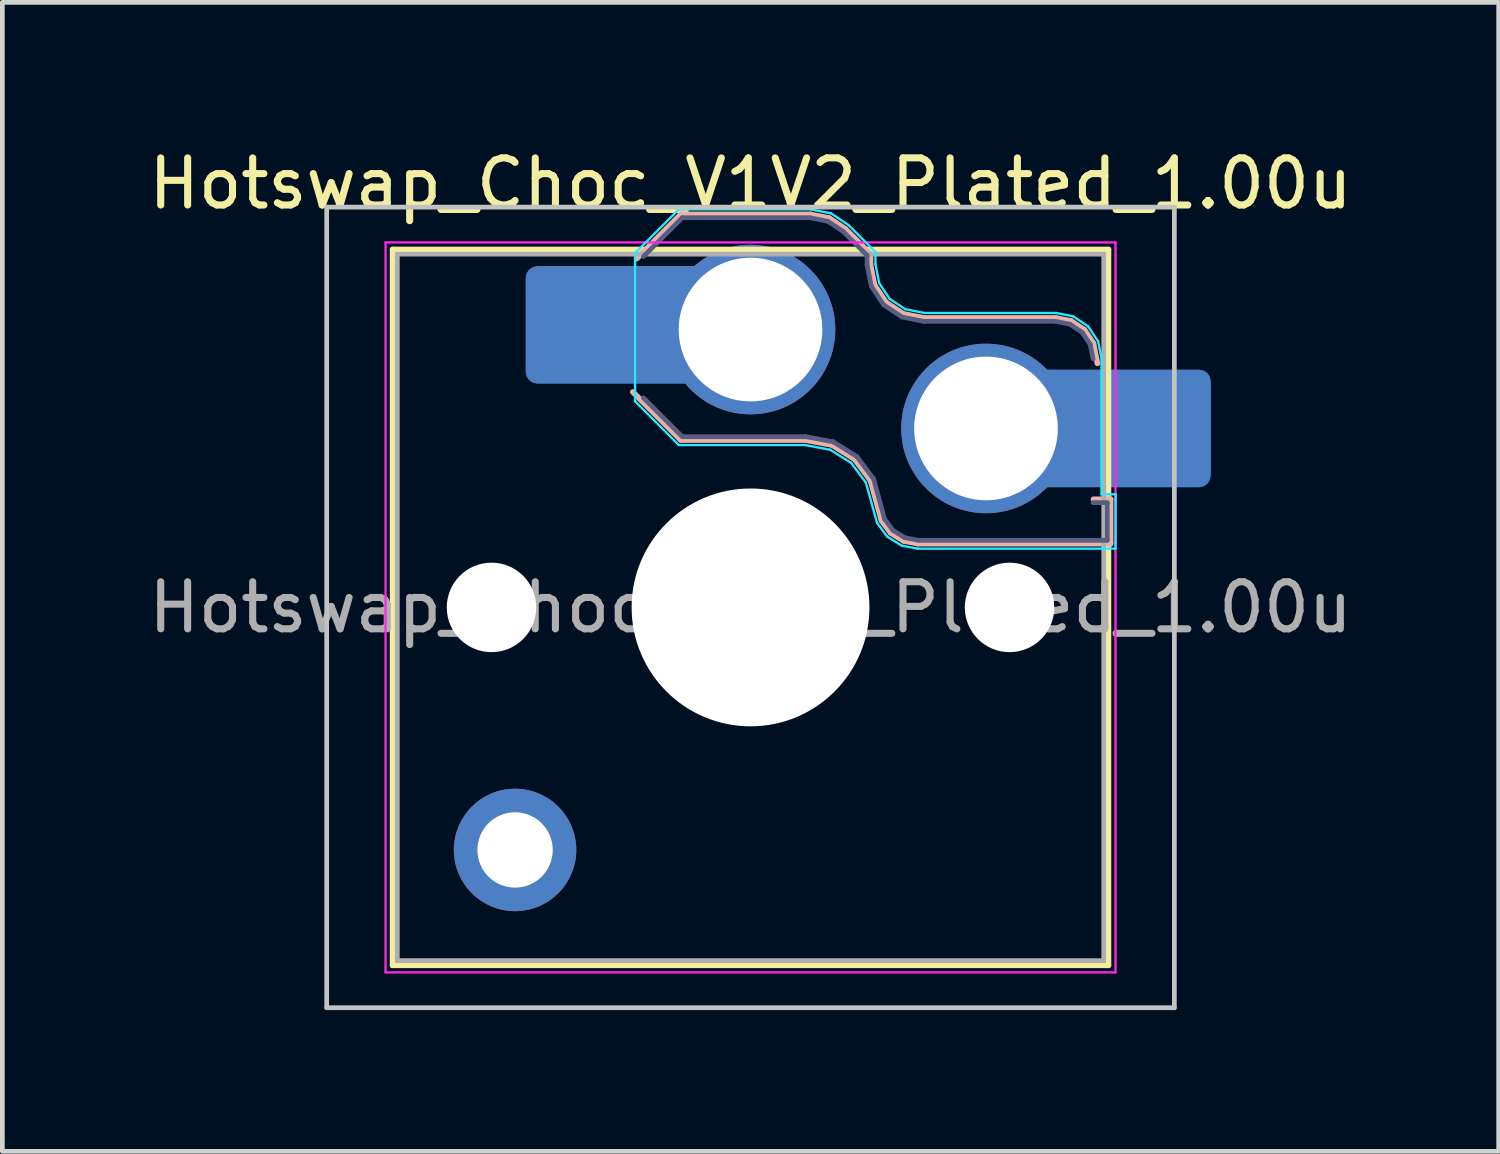
<source format=kicad_pcb>
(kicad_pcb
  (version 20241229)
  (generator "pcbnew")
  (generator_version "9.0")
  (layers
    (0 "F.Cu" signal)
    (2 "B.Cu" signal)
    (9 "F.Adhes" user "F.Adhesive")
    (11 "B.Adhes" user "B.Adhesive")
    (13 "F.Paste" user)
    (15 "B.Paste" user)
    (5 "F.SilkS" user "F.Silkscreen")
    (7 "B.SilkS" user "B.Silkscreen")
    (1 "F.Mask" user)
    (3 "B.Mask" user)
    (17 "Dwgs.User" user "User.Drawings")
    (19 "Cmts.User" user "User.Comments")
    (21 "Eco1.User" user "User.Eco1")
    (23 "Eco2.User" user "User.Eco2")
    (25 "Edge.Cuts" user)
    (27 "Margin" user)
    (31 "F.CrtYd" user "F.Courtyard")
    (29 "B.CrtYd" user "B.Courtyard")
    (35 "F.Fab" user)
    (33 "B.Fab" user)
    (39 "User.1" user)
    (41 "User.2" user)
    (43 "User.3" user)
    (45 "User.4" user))
  (footprint "Hotswap_Choc_V1V2_Plated_1.00u"
    (layer "F.Cu")
    (at 12.887 9.848)
    (property "Reference" "Hotswap_Choc_V1V2_Plated_1.00u" (at 0 -9 0) (layer "F.SilkS") (effects (font (size 1 1) (thickness 0.15))))
    (attr smd)
    (fp_line (start -7.6 -7.6) (end -7.6 7.6) (stroke (width 0.12) (type solid)) (layer "F.SilkS"))
    (fp_line (start -7.6 7.6) (end 7.6 7.6) (stroke (width 0.12) (type solid)) (layer "F.SilkS"))
    (fp_line (start 7.6 -7.6) (end -7.6 -7.6) (stroke (width 0.12) (type solid)) (layer "F.SilkS"))
    (fp_line (start 7.6 7.6) (end 7.6 -7.6) (stroke (width 0.12) (type solid)) (layer "F.SilkS"))
    (fp_line (start -2.416 -7.409) (end -1.479 -8.346) (stroke (width 0.12) (type solid)) (layer "B.SilkS"))
    (fp_line (start -1.479 -8.346) (end 1.268 -8.346) (stroke (width 0.12) (type solid)) (layer "B.SilkS"))
    (fp_line (start -1.479 -3.554) (end -2.5 -4.575) (stroke (width 0.12) (type solid)) (layer "B.SilkS"))
    (fp_line (start 1.168 -3.554) (end -1.479 -3.554) (stroke (width 0.12) (type solid)) (layer "B.SilkS"))
    (fp_line (start 1.268 -8.346) (end 1.671 -8.266) (stroke (width 0.12) (type solid)) (layer "B.SilkS"))
    (fp_line (start 1.671 -8.266) (end 2.013 -8.037) (stroke (width 0.12) (type solid)) (layer "B.SilkS"))
    (fp_line (start 1.73 -3.449) (end 1.168 -3.554) (stroke (width 0.12) (type solid)) (layer "B.SilkS"))
    (fp_line (start 2.013 -8.037) (end 2.546 -7.504) (stroke (width 0.12) (type solid)) (layer "B.SilkS"))
    (fp_line (start 2.209 -3.15) (end 1.73 -3.449) (stroke (width 0.12) (type solid)) (layer "B.SilkS"))
    (fp_line (start 2.546 -7.504) (end 2.546 -7.282) (stroke (width 0.12) (type solid)) (layer "B.SilkS"))
    (fp_line (start 2.546 -7.282) (end 2.633 -6.844) (stroke (width 0.12) (type solid)) (layer "B.SilkS"))
    (fp_line (start 2.547 -2.697) (end 2.209 -3.15) (stroke (width 0.12) (type solid)) (layer "B.SilkS"))
    (fp_line (start 2.633 -6.844) (end 2.877 -6.477) (stroke (width 0.12) (type solid)) (layer "B.SilkS"))
    (fp_line (start 2.701 -2.139) (end 2.547 -2.697) (stroke (width 0.12) (type solid)) (layer "B.SilkS"))
    (fp_line (start 2.783 -1.841) (end 2.701 -2.139) (stroke (width 0.12) (type solid)) (layer "B.SilkS"))
    (fp_line (start 2.877 -6.477) (end 3.244 -6.233) (stroke (width 0.12) (type solid)) (layer "B.SilkS"))
    (fp_line (start 2.976 -1.583) (end 2.783 -1.841) (stroke (width 0.12) (type solid)) (layer "B.SilkS"))
    (fp_line (start 3.244 -6.233) (end 3.682 -6.146) (stroke (width 0.12) (type solid)) (layer "B.SilkS"))
    (fp_line (start 3.25 -1.413) (end 2.976 -1.583) (stroke (width 0.12) (type solid)) (layer "B.SilkS"))
    (fp_line (start 3.56 -1.354) (end 3.25 -1.413) (stroke (width 0.12) (type solid)) (layer "B.SilkS"))
    (fp_line (start 3.682 -6.146) (end 6.482 -6.146) (stroke (width 0.12) (type solid)) (layer "B.SilkS"))
    (fp_line (start 6.482 -6.146) (end 6.809 -6.081) (stroke (width 0.12) (type solid)) (layer "B.SilkS"))
    (fp_line (start 6.809 -6.081) (end 7.092 -5.892) (stroke (width 0.12) (type solid)) (layer "B.SilkS"))
    (fp_line (start 7.092 -5.892) (end 7.281 -5.609) (stroke (width 0.12) (type solid)) (layer "B.SilkS"))
    (fp_line (start 7.281 -5.609) (end 7.366 -5.182) (stroke (width 0.12) (type solid)) (layer "B.SilkS"))
    (fp_line (start 7.283 -2.296) (end 7.646 -2.296) (stroke (width 0.12) (type solid)) (layer "B.SilkS"))
    (fp_line (start 7.646 -2.296) (end 7.646 -1.354) (stroke (width 0.12) (type solid)) (layer "B.SilkS"))
    (fp_line (start 7.646 -1.354) (end 3.56 -1.354) (stroke (width 0.12) (type solid)) (layer "B.SilkS"))
    (fp_line (start -9 -8.5) (end -9 8.5) (stroke (width 0.1) (type solid)) (layer "Dwgs.User"))
    (fp_line (start -9 8.5) (end 9 8.5) (stroke (width 0.1) (type solid)) (layer "Dwgs.User"))
    (fp_line (start 9 -8.5) (end -9 -8.5) (stroke (width 0.1) (type solid)) (layer "Dwgs.User"))
    (fp_line (start 9 8.5) (end 9 -8.5) (stroke (width 0.1) (type solid)) (layer "Dwgs.User"))
    (fp_line (start -7.25 -7.25) (end -7.25 7.25) (stroke (width 0.1) (type solid)) (layer "Eco1.User"))
    (fp_line (start -7.25 7.25) (end 7.25 7.25) (stroke (width 0.1) (type solid)) (layer "Eco1.User"))
    (fp_line (start 7.25 -7.25) (end -7.25 -7.25) (stroke (width 0.1) (type solid)) (layer "Eco1.User"))
    (fp_line (start 7.25 7.25) (end 7.25 -7.25) (stroke (width 0.1) (type solid)) (layer "Eco1.User"))
    (fp_line (start -2.452 -7.523) (end -1.523 -8.452) (stroke (width 0.05) (type solid)) (layer "B.CrtYd"))
    (fp_line (start -2.452 -4.377) (end -2.452 -7.523) (stroke (width 0.05) (type solid)) (layer "B.CrtYd"))
    (fp_line (start -1.523 -8.452) (end 1.278 -8.452) (stroke (width 0.05) (type solid)) (layer "B.CrtYd"))
    (fp_line (start -1.523 -3.448) (end -2.452 -4.377) (stroke (width 0.05) (type solid)) (layer "B.CrtYd"))
    (fp_line (start 1.159 -3.448) (end -1.523 -3.448) (stroke (width 0.05) (type solid)) (layer "B.CrtYd"))
    (fp_line (start 1.278 -8.452) (end 1.712 -8.366) (stroke (width 0.05) (type solid)) (layer "B.CrtYd"))
    (fp_line (start 1.691 -3.348) (end 1.159 -3.448) (stroke (width 0.05) (type solid)) (layer "B.CrtYd"))
    (fp_line (start 1.712 -8.366) (end 2.081 -8.119) (stroke (width 0.05) (type solid)) (layer "B.CrtYd"))
    (fp_line (start 2.081 -8.119) (end 2.652 -7.548) (stroke (width 0.05) (type solid)) (layer "B.CrtYd"))
    (fp_line (start 2.136 -3.071) (end 1.691 -3.348) (stroke (width 0.05) (type solid)) (layer "B.CrtYd"))
    (fp_line (start 2.45 -2.65) (end 2.136 -3.071) (stroke (width 0.05) (type solid)) (layer "B.CrtYd"))
    (fp_line (start 2.599 -2.111) (end 2.45 -2.65) (stroke (width 0.05) (type solid)) (layer "B.CrtYd"))
    (fp_line (start 2.652 -7.548) (end 2.652 -7.292) (stroke (width 0.05) (type solid)) (layer "B.CrtYd"))
    (fp_line (start 2.652 -7.292) (end 2.733 -6.885) (stroke (width 0.05) (type solid)) (layer "B.CrtYd"))
    (fp_line (start 2.687 -1.794) (end 2.599 -2.111) (stroke (width 0.05) (type solid)) (layer "B.CrtYd"))
    (fp_line (start 2.733 -6.885) (end 2.953 -6.553) (stroke (width 0.05) (type solid)) (layer "B.CrtYd"))
    (fp_line (start 2.903 -1.503) (end 2.687 -1.794) (stroke (width 0.05) (type solid)) (layer "B.CrtYd"))
    (fp_line (start 2.953 -6.553) (end 3.285 -6.333) (stroke (width 0.05) (type solid)) (layer "B.CrtYd"))
    (fp_line (start 3.211 -1.312) (end 2.903 -1.503) (stroke (width 0.05) (type solid)) (layer "B.CrtYd"))
    (fp_line (start 3.285 -6.333) (end 3.692 -6.252) (stroke (width 0.05) (type solid)) (layer "B.CrtYd"))
    (fp_line (start 3.55 -1.248) (end 3.211 -1.312) (stroke (width 0.05) (type solid)) (layer "B.CrtYd"))
    (fp_line (start 3.692 -6.252) (end 6.492 -6.252) (stroke (width 0.05) (type solid)) (layer "B.CrtYd"))
    (fp_line (start 6.492 -6.252) (end 6.85 -6.181) (stroke (width 0.05) (type solid)) (layer "B.CrtYd"))
    (fp_line (start 6.85 -6.181) (end 7.168 -5.968) (stroke (width 0.05) (type solid)) (layer "B.CrtYd"))
    (fp_line (start 7.168 -5.968) (end 7.381 -5.65) (stroke (width 0.05) (type solid)) (layer "B.CrtYd"))
    (fp_line (start 7.381 -5.65) (end 7.452 -5.292) (stroke (width 0.05) (type solid)) (layer "B.CrtYd"))
    (fp_line (start 7.452 -5.292) (end 7.452 -2.402) (stroke (width 0.05) (type solid)) (layer "B.CrtYd"))
    (fp_line (start 7.452 -2.402) (end 7.752 -2.402) (stroke (width 0.05) (type solid)) (layer "B.CrtYd"))
    (fp_line (start 7.752 -2.402) (end 7.752 -1.248) (stroke (width 0.05) (type solid)) (layer "B.CrtYd"))
    (fp_line (start 7.752 -1.248) (end 3.55 -1.248) (stroke (width 0.05) (type solid)) (layer "B.CrtYd"))
    (fp_line (start -7.75 -7.75) (end -7.75 7.75) (stroke (width 0.05) (type solid)) (layer "F.CrtYd"))
    (fp_line (start -7.75 7.75) (end 7.75 7.75) (stroke (width 0.05) (type solid)) (layer "F.CrtYd"))
    (fp_line (start 7.75 -7.75) (end -7.75 -7.75) (stroke (width 0.05) (type solid)) (layer "F.CrtYd"))
    (fp_line (start 7.75 7.75) (end 7.75 -7.75) (stroke (width 0.05) (type solid)) (layer "F.CrtYd"))
    (fp_line (start -2.275 -7.45) (end -1.45 -8.275) (stroke (width 0.1) (type solid)) (layer "B.Fab"))
    (fp_line (start -1.45 -8.275) (end 1.261 -8.275) (stroke (width 0.1) (type solid)) (layer "B.Fab"))
    (fp_line (start -1.45 -3.625) (end -2.275 -4.45) (stroke (width 0.1) (type solid)) (layer "B.Fab"))
    (fp_line (start 1.175 -3.625) (end -1.45 -3.625) (stroke (width 0.1) (type solid)) (layer "B.Fab"))
    (fp_line (start 1.261 -8.275) (end 1.643 -8.199) (stroke (width 0.1) (type solid)) (layer "B.Fab"))
    (fp_line (start 1.643 -8.199) (end 1.968 -7.982) (stroke (width 0.1) (type solid)) (layer "B.Fab"))
    (fp_line (start 1.756 -3.516) (end 1.175 -3.625) (stroke (width 0.1) (type solid)) (layer "B.Fab"))
    (fp_line (start 1.968 -7.982) (end 2.475 -7.475) (stroke (width 0.1) (type solid)) (layer "B.Fab"))
    (fp_line (start 2.258 -3.203) (end 1.756 -3.516) (stroke (width 0.1) (type solid)) (layer "B.Fab"))
    (fp_line (start 2.475 -7.475) (end 2.475 -7.275) (stroke (width 0.1) (type solid)) (layer "B.Fab"))
    (fp_line (start 2.475 -7.275) (end 2.566 -6.816) (stroke (width 0.1) (type solid)) (layer "B.Fab"))
    (fp_line (start 2.566 -6.816) (end 2.826 -6.426) (stroke (width 0.1) (type solid)) (layer "B.Fab"))
    (fp_line (start 2.612 -2.729) (end 2.258 -3.203) (stroke (width 0.1) (type solid)) (layer "B.Fab"))
    (fp_line (start 2.769 -2.158) (end 2.612 -2.729) (stroke (width 0.1) (type solid)) (layer "B.Fab"))
    (fp_line (start 2.826 -6.426) (end 3.216 -6.166) (stroke (width 0.1) (type solid)) (layer "B.Fab"))
    (fp_line (start 2.848 -1.873) (end 2.769 -2.158) (stroke (width 0.1) (type solid)) (layer "B.Fab"))
    (fp_line (start 3.025 -1.636) (end 2.848 -1.873) (stroke (width 0.1) (type solid)) (layer "B.Fab"))
    (fp_line (start 3.216 -6.166) (end 3.675 -6.075) (stroke (width 0.1) (type solid)) (layer "B.Fab"))
    (fp_line (start 3.276 -1.48) (end 3.025 -1.636) (stroke (width 0.1) (type solid)) (layer "B.Fab"))
    (fp_line (start 3.567 -1.425) (end 3.276 -1.48) (stroke (width 0.1) (type solid)) (layer "B.Fab"))
    (fp_line (start 3.675 -6.075) (end 6.475 -6.075) (stroke (width 0.1) (type solid)) (layer "B.Fab"))
    (fp_line (start 6.475 -6.075) (end 6.781 -6.014) (stroke (width 0.1) (type solid)) (layer "B.Fab"))
    (fp_line (start 6.781 -6.014) (end 7.041 -5.841) (stroke (width 0.1) (type solid)) (layer "B.Fab"))
    (fp_line (start 7.041 -5.841) (end 7.214 -5.581) (stroke (width 0.1) (type solid)) (layer "B.Fab"))
    (fp_line (start 7.214 -5.581) (end 7.275 -5.275) (stroke (width 0.1) (type solid)) (layer "B.Fab"))
    (fp_line (start 7.275 -2.225) (end 7.575 -2.225) (stroke (width 0.1) (type solid)) (layer "B.Fab"))
    (fp_line (start 7.575 -2.225) (end 7.575 -1.425) (stroke (width 0.1) (type solid)) (layer "B.Fab"))
    (fp_line (start 7.575 -1.425) (end 3.567 -1.425) (stroke (width 0.1) (type solid)) (layer "B.Fab"))
    (fp_line (start -7.5 -7.5) (end -7.5 7.5) (stroke (width 0.1) (type solid)) (layer "F.Fab"))
    (fp_line (start -7.5 7.5) (end 7.5 7.5) (stroke (width 0.1) (type solid)) (layer "F.Fab"))
    (fp_line (start 7.5 -7.5) (end -7.5 -7.5) (stroke (width 0.1) (type solid)) (layer "F.Fab"))
    (fp_line (start 7.5 7.5) (end 7.5 -7.5) (stroke (width 0.1) (type solid)) (layer "F.Fab"))
    (fp_text user "${REFERENCE}" (at 0 0 0) (layer "F.Fab") (effects (font (size 1 1) (thickness 0.15))))
    (pad "" np_thru_hole circle (at -5.5 0) (size 1.9 1.9) (drill 1.9) (layers "*.Cu" "*.Mask"))
    (pad "" thru_hole circle (at -5 5.15) (size 2.6 2.6) (drill 1.6) (layers "*.Cu" "*.Mask"))
    (pad "" smd roundrect (at -3.5 -6) (size 2.55 2.5) (layers "B.Mask" "B.Paste") (roundrect_rratio 0.1))
    (pad "" np_thru_hole circle (at 0 0) (size 5.05 5.05) (drill 5.05) (layers "*.Cu" "*.Mask"))
    (pad "" np_thru_hole circle (at 5.5 0) (size 1.9 1.9) (drill 1.9) (layers "*.Cu" "*.Mask"))
    (pad "" smd roundrect (at 8.5 -3.8) (size 2.55 2.5) (layers "B.Mask" "B.Paste") (roundrect_rratio 0.1))
    (pad "1" smd roundrect (at -2.85 -6) (size 3.85 2.5) (layers "B.Cu") (roundrect_rratio 0.1))
    (pad "1" thru_hole circle (at 0 -5.9) (size 3.6 3.6) (drill 3.05) (layers "*.Cu" "*.Mask"))
    (pad "2" thru_hole circle (at 5 -3.8) (size 3.6 3.6) (drill 3.05) (layers "*.Cu" "*.Mask"))
    (pad "2" smd roundrect (at 7.85 -3.8) (size 3.85 2.5) (layers "B.Cu") (roundrect_rratio 0.1)))
  (gr_rect
    (start -3 -3)
    (end 28.774 21.398)
    (stroke (width 0.1) (type default))
    (fill no)
    (layer "Edge.Cuts")))
</source>
